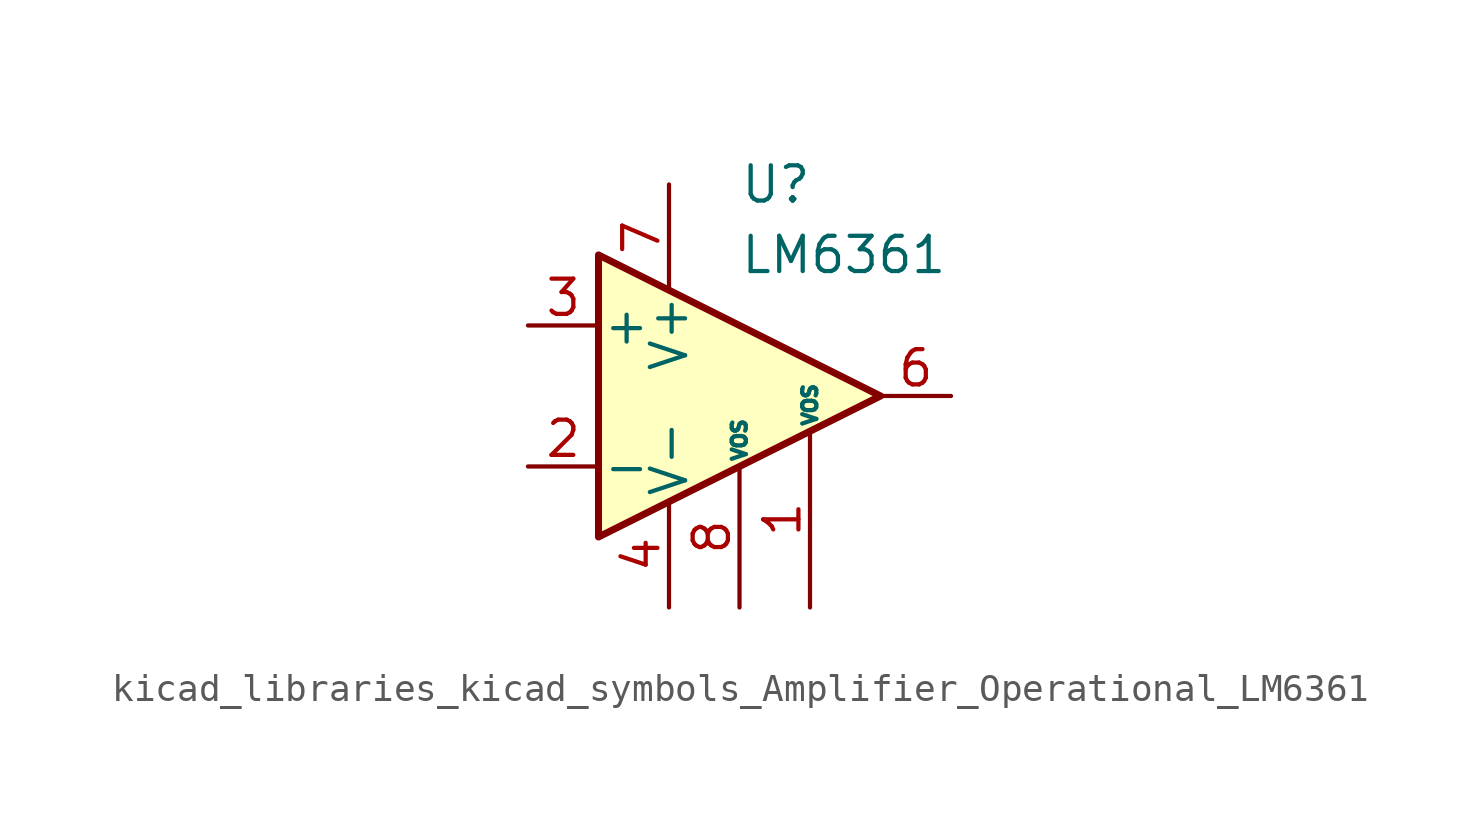
<source format=kicad_sym>
(kicad_symbol_lib
  (version 20220914)
  (generator kicad_symbol_editor)
  (symbol "kicad_libraries_kicad_symbols_Amplifier_Operational_LM6361"
    (pin_names
      (offset 0.127))
    (property "Reference" "U"
      (at 0 7.62 0)
      (effects (font (size 1.27 1.27)) (justify left)))
    (property "Value" "LM6361"
      (at 0 5.08 0)
      (effects (font (size 1.27 1.27)) (justify left)))
    (symbol "kicad_libraries_kicad_symbols_Amplifier_Operational_LM6361_0_1"
      (polyline (pts (xy -5.08 5.08) (xy 5.08 0) (xy -5.08 -5.08) (xy -5.08 5.08)) (stroke (width 0.254) (type default)) (fill (type background)))
      (pin no_connect line (at 0 2.54 270) (length 2.54) hide (name "NC" (effects (font (size 1.27 1.27)))) (number "5" (effects (font (size 1.27 1.27))))))
    (symbol "kicad_libraries_kicad_symbols_Amplifier_Operational_LM6361_1_1"
      (pin passive line (at 2.54 -7.62 90) (length 6.35) (name "VOS" (effects (font (size 0.508 0.508)))) (number "1" (effects (font (size 1.27 1.27)))))
      (pin input line (at -7.62 -2.54 0) (length 2.54) (name "-" (effects (font (size 1.27 1.27)))) (number "2" (effects (font (size 1.27 1.27)))))
      (pin input line (at -7.62 2.54 0) (length 2.54) (name "+" (effects (font (size 1.27 1.27)))) (number "3" (effects (font (size 1.27 1.27)))))
      (pin power_in line (at -2.54 -7.62 90) (length 3.81) (name "V-" (effects (font (size 1.27 1.27)))) (number "4" (effects (font (size 1.27 1.27)))))
      (pin output line (at 7.62 0 180) (length 2.54) (name "~" (effects (font (size 1.27 1.27)))) (number "6" (effects (font (size 1.27 1.27)))))
      (pin power_in line (at -2.54 7.62 270) (length 3.81) (name "V+" (effects (font (size 1.27 1.27)))) (number "7" (effects (font (size 1.27 1.27)))))
      (pin passive line (at 0 -7.62 90) (length 5.08) (name "VOS" (effects (font (size 0.508 0.508)))) (number "8" (effects (font (size 1.27 1.27))))))))
</source>
